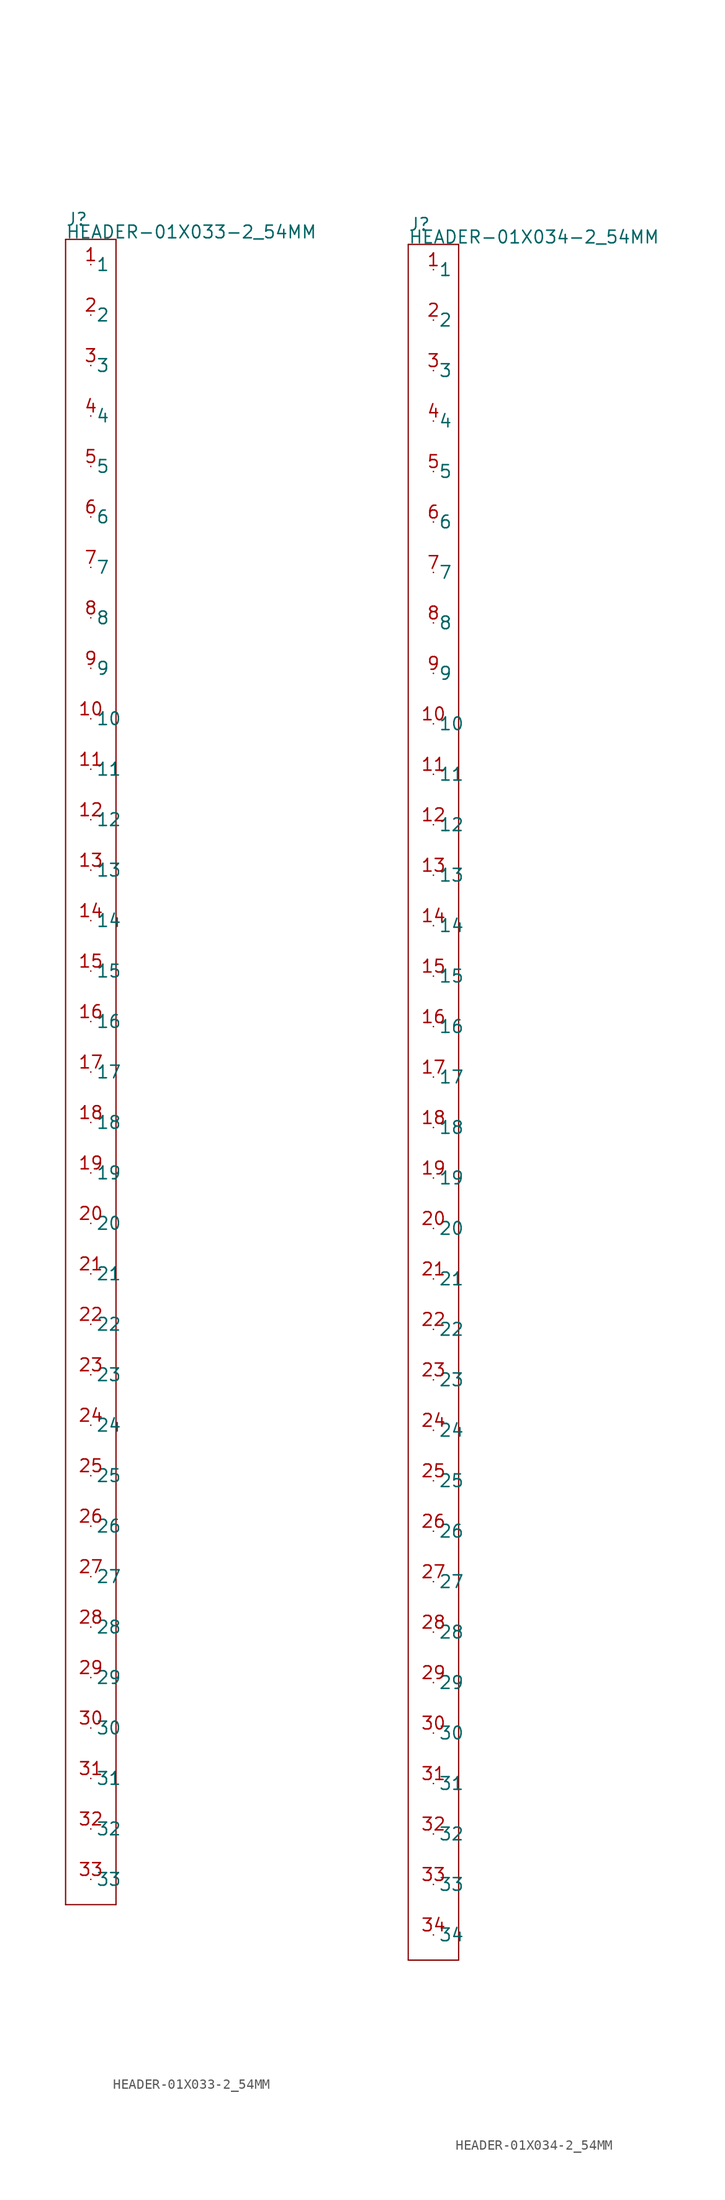
<source format=kicad_sym>
(kicad_symbol_lib
  (version 20211014)
  (generator kicad_symbol_editor)
  (symbol "HEADER-01X033-2_54MM"
    (pin_names)
    (property "Reference" "J"
      (at -2.54 85.09 0)
      (effects (font (size 1.27 1.27)) (justify left bottom)))
    (property "Value" "HEADER-01X033-2_54MM"
      (at -2.54 83.82 0)
      (effects (font (size 1.27 1.27)) (justify left bottom)))
    (property "Datasheet" ""
      (at 0 0 0))
    (property "ki_description" "Header 1x33  - Header Vertical 33POS 2.54MM Technical Specifications: Pitch: 0.1\" (2.54mm) "
      (at 0 0 0))
    (property "ki_fp_filters" "FlashPCB_Connectors:HEADER-THT-01X033-2_54MM FlashPCB_Connectors:HEADER-THT-LONG-01X033-2_54MM FlashPCB_Connectors:HEADER-THT-NOSILK-01X033-2_54MM FlashPCB_Connectors:HEADER-THT-LONG-NOSILK-01X033-2_54MM"
      (at 0 0 0))
    (symbol "HEADER-01X033-2_54MM_1_1"
      (polyline (pts (xy -2.54 83.82) (xy 2.54 83.82)) (stroke (width 0.127)) (fill (type none)))
      (polyline (pts (xy 2.54 83.82) (xy 2.54 -83.82)) (stroke (width 0.127)) (fill (type none)))
      (polyline (pts (xy 2.54 -83.82) (xy -2.54 -83.82)) (stroke (width 0.127)) (fill (type none)))
      (polyline (pts (xy -2.54 -83.82) (xy -2.54 83.82)) (stroke (width 0.127)) (fill (type none)))
      (pin bidirectional line (at 0 81.28 0) (length 0) (name "1" (effects (font (size 1.27 1.27)))) (number "1" (effects (font (size 1.27 1.27)))))
      (pin bidirectional line (at 0 76.2 0) (length 0) (name "2" (effects (font (size 1.27 1.27)))) (number "2" (effects (font (size 1.27 1.27)))))
      (pin bidirectional line (at 0 71.12 0) (length 0) (name "3" (effects (font (size 1.27 1.27)))) (number "3" (effects (font (size 1.27 1.27)))))
      (pin bidirectional line (at 0 66.04 0) (length 0) (name "4" (effects (font (size 1.27 1.27)))) (number "4" (effects (font (size 1.27 1.27)))))
      (pin bidirectional line (at 0 60.96 0) (length 0) (name "5" (effects (font (size 1.27 1.27)))) (number "5" (effects (font (size 1.27 1.27)))))
      (pin bidirectional line (at 0 55.88 0) (length 0) (name "6" (effects (font (size 1.27 1.27)))) (number "6" (effects (font (size 1.27 1.27)))))
      (pin bidirectional line (at 0 50.8 0) (length 0) (name "7" (effects (font (size 1.27 1.27)))) (number "7" (effects (font (size 1.27 1.27)))))
      (pin bidirectional line (at 0 45.72 0) (length 0) (name "8" (effects (font (size 1.27 1.27)))) (number "8" (effects (font (size 1.27 1.27)))))
      (pin bidirectional line (at 0 40.64 0) (length 0) (name "9" (effects (font (size 1.27 1.27)))) (number "9" (effects (font (size 1.27 1.27)))))
      (pin bidirectional line (at 0 35.56 0) (length 0) (name "10" (effects (font (size 1.27 1.27)))) (number "10" (effects (font (size 1.27 1.27)))))
      (pin bidirectional line (at 0 30.48 0) (length 0) (name "11" (effects (font (size 1.27 1.27)))) (number "11" (effects (font (size 1.27 1.27)))))
      (pin bidirectional line (at 0 25.4 0) (length 0) (name "12" (effects (font (size 1.27 1.27)))) (number "12" (effects (font (size 1.27 1.27)))))
      (pin bidirectional line (at 0 20.32 0) (length 0) (name "13" (effects (font (size 1.27 1.27)))) (number "13" (effects (font (size 1.27 1.27)))))
      (pin bidirectional line (at 0 15.24 0) (length 0) (name "14" (effects (font (size 1.27 1.27)))) (number "14" (effects (font (size 1.27 1.27)))))
      (pin bidirectional line (at 0 10.16 0) (length 0) (name "15" (effects (font (size 1.27 1.27)))) (number "15" (effects (font (size 1.27 1.27)))))
      (pin bidirectional line (at 0 5.08 0) (length 0) (name "16" (effects (font (size 1.27 1.27)))) (number "16" (effects (font (size 1.27 1.27)))))
      (pin bidirectional line (at 0 0 0) (length 0) (name "17" (effects (font (size 1.27 1.27)))) (number "17" (effects (font (size 1.27 1.27)))))
      (pin bidirectional line (at 0 -5.08 0) (length 0) (name "18" (effects (font (size 1.27 1.27)))) (number "18" (effects (font (size 1.27 1.27)))))
      (pin bidirectional line (at 0 -10.16 0) (length 0) (name "19" (effects (font (size 1.27 1.27)))) (number "19" (effects (font (size 1.27 1.27)))))
      (pin bidirectional line (at 0 -15.24 0) (length 0) (name "20" (effects (font (size 1.27 1.27)))) (number "20" (effects (font (size 1.27 1.27)))))
      (pin bidirectional line (at 0 -20.32 0) (length 0) (name "21" (effects (font (size 1.27 1.27)))) (number "21" (effects (font (size 1.27 1.27)))))
      (pin bidirectional line (at 0 -25.4 0) (length 0) (name "22" (effects (font (size 1.27 1.27)))) (number "22" (effects (font (size 1.27 1.27)))))
      (pin bidirectional line (at 0 -30.48 0) (length 0) (name "23" (effects (font (size 1.27 1.27)))) (number "23" (effects (font (size 1.27 1.27)))))
      (pin bidirectional line (at 0 -35.56 0) (length 0) (name "24" (effects (font (size 1.27 1.27)))) (number "24" (effects (font (size 1.27 1.27)))))
      (pin bidirectional line (at 0 -40.64 0) (length 0) (name "25" (effects (font (size 1.27 1.27)))) (number "25" (effects (font (size 1.27 1.27)))))
      (pin bidirectional line (at 0 -45.72 0) (length 0) (name "26" (effects (font (size 1.27 1.27)))) (number "26" (effects (font (size 1.27 1.27)))))
      (pin bidirectional line (at 0 -50.8 0) (length 0) (name "27" (effects (font (size 1.27 1.27)))) (number "27" (effects (font (size 1.27 1.27)))))
      (pin bidirectional line (at 0 -55.88 0) (length 0) (name "28" (effects (font (size 1.27 1.27)))) (number "28" (effects (font (size 1.27 1.27)))))
      (pin bidirectional line (at 0 -60.96 0) (length 0) (name "29" (effects (font (size 1.27 1.27)))) (number "29" (effects (font (size 1.27 1.27)))))
      (pin bidirectional line (at 0 -66.04 0) (length 0) (name "30" (effects (font (size 1.27 1.27)))) (number "30" (effects (font (size 1.27 1.27)))))
      (pin bidirectional line (at 0 -71.12 0) (length 0) (name "31" (effects (font (size 1.27 1.27)))) (number "31" (effects (font (size 1.27 1.27)))))
      (pin bidirectional line (at 0 -76.2 0) (length 0) (name "32" (effects (font (size 1.27 1.27)))) (number "32" (effects (font (size 1.27 1.27)))))
      (pin bidirectional line (at 0 -81.28 0) (length 0) (name "33" (effects (font (size 1.27 1.27)))) (number "33" (effects (font (size 1.27 1.27)))))))
  (symbol "HEADER-01X034-2_54MM"
    (pin_names)
    (property "Reference" "J"
      (at -2.54 87.63 0)
      (effects (font (size 1.27 1.27)) (justify left bottom)))
    (property "Value" "HEADER-01X034-2_54MM"
      (at -2.54 86.36 0)
      (effects (font (size 1.27 1.27)) (justify left bottom)))
    (property "Datasheet" ""
      (at 0 0 0))
    (property "ki_description" "Header 1x34  - Header Vertical 34POS 2.54MM Technical Specifications: Pitch: 0.1\" (2.54mm) "
      (at 0 0 0))
    (property "ki_fp_filters" "FlashPCB_Connectors:HEADER-THT-01X034-2_54MM FlashPCB_Connectors:HEADER-THT-LONG-01X034-2_54MM FlashPCB_Connectors:HEADER-THT-NOSILK-01X034-2_54MM FlashPCB_Connectors:HEADER-THT-LONG-NOSILK-01X034-2_54MM"
      (at 0 0 0))
    (symbol "HEADER-01X034-2_54MM_1_1"
      (polyline (pts (xy -2.54 86.36) (xy 2.54 86.36)) (stroke (width 0.127)) (fill (type none)))
      (polyline (pts (xy 2.54 86.36) (xy 2.54 -86.36)) (stroke (width 0.127)) (fill (type none)))
      (polyline (pts (xy 2.54 -86.36) (xy -2.54 -86.36)) (stroke (width 0.127)) (fill (type none)))
      (polyline (pts (xy -2.54 -86.36) (xy -2.54 86.36)) (stroke (width 0.127)) (fill (type none)))
      (pin bidirectional line (at 0 83.82 0) (length 0) (name "1" (effects (font (size 1.27 1.27)))) (number "1" (effects (font (size 1.27 1.27)))))
      (pin bidirectional line (at 0 78.74 0) (length 0) (name "2" (effects (font (size 1.27 1.27)))) (number "2" (effects (font (size 1.27 1.27)))))
      (pin bidirectional line (at 0 73.66 0) (length 0) (name "3" (effects (font (size 1.27 1.27)))) (number "3" (effects (font (size 1.27 1.27)))))
      (pin bidirectional line (at 0 68.58 0) (length 0) (name "4" (effects (font (size 1.27 1.27)))) (number "4" (effects (font (size 1.27 1.27)))))
      (pin bidirectional line (at 0 63.5 0) (length 0) (name "5" (effects (font (size 1.27 1.27)))) (number "5" (effects (font (size 1.27 1.27)))))
      (pin bidirectional line (at 0 58.42 0) (length 0) (name "6" (effects (font (size 1.27 1.27)))) (number "6" (effects (font (size 1.27 1.27)))))
      (pin bidirectional line (at 0 53.34 0) (length 0) (name "7" (effects (font (size 1.27 1.27)))) (number "7" (effects (font (size 1.27 1.27)))))
      (pin bidirectional line (at 0 48.26 0) (length 0) (name "8" (effects (font (size 1.27 1.27)))) (number "8" (effects (font (size 1.27 1.27)))))
      (pin bidirectional line (at 0 43.18 0) (length 0) (name "9" (effects (font (size 1.27 1.27)))) (number "9" (effects (font (size 1.27 1.27)))))
      (pin bidirectional line (at 0 38.1 0) (length 0) (name "10" (effects (font (size 1.27 1.27)))) (number "10" (effects (font (size 1.27 1.27)))))
      (pin bidirectional line (at 0 33.02 0) (length 0) (name "11" (effects (font (size 1.27 1.27)))) (number "11" (effects (font (size 1.27 1.27)))))
      (pin bidirectional line (at 0 27.94 0) (length 0) (name "12" (effects (font (size 1.27 1.27)))) (number "12" (effects (font (size 1.27 1.27)))))
      (pin bidirectional line (at 0 22.86 0) (length 0) (name "13" (effects (font (size 1.27 1.27)))) (number "13" (effects (font (size 1.27 1.27)))))
      (pin bidirectional line (at 0 17.78 0) (length 0) (name "14" (effects (font (size 1.27 1.27)))) (number "14" (effects (font (size 1.27 1.27)))))
      (pin bidirectional line (at 0 12.7 0) (length 0) (name "15" (effects (font (size 1.27 1.27)))) (number "15" (effects (font (size 1.27 1.27)))))
      (pin bidirectional line (at 0 7.62 0) (length 0) (name "16" (effects (font (size 1.27 1.27)))) (number "16" (effects (font (size 1.27 1.27)))))
      (pin bidirectional line (at 0 2.54 0) (length 0) (name "17" (effects (font (size 1.27 1.27)))) (number "17" (effects (font (size 1.27 1.27)))))
      (pin bidirectional line (at 0 -2.54 0) (length 0) (name "18" (effects (font (size 1.27 1.27)))) (number "18" (effects (font (size 1.27 1.27)))))
      (pin bidirectional line (at 0 -7.62 0) (length 0) (name "19" (effects (font (size 1.27 1.27)))) (number "19" (effects (font (size 1.27 1.27)))))
      (pin bidirectional line (at 0 -12.7 0) (length 0) (name "20" (effects (font (size 1.27 1.27)))) (number "20" (effects (font (size 1.27 1.27)))))
      (pin bidirectional line (at 0 -17.78 0) (length 0) (name "21" (effects (font (size 1.27 1.27)))) (number "21" (effects (font (size 1.27 1.27)))))
      (pin bidirectional line (at 0 -22.86 0) (length 0) (name "22" (effects (font (size 1.27 1.27)))) (number "22" (effects (font (size 1.27 1.27)))))
      (pin bidirectional line (at 0 -27.94 0) (length 0) (name "23" (effects (font (size 1.27 1.27)))) (number "23" (effects (font (size 1.27 1.27)))))
      (pin bidirectional line (at 0 -33.02 0) (length 0) (name "24" (effects (font (size 1.27 1.27)))) (number "24" (effects (font (size 1.27 1.27)))))
      (pin bidirectional line (at 0 -38.1 0) (length 0) (name "25" (effects (font (size 1.27 1.27)))) (number "25" (effects (font (size 1.27 1.27)))))
      (pin bidirectional line (at 0 -43.18 0) (length 0) (name "26" (effects (font (size 1.27 1.27)))) (number "26" (effects (font (size 1.27 1.27)))))
      (pin bidirectional line (at 0 -48.26 0) (length 0) (name "27" (effects (font (size 1.27 1.27)))) (number "27" (effects (font (size 1.27 1.27)))))
      (pin bidirectional line (at 0 -53.34 0) (length 0) (name "28" (effects (font (size 1.27 1.27)))) (number "28" (effects (font (size 1.27 1.27)))))
      (pin bidirectional line (at 0 -58.42 0) (length 0) (name "29" (effects (font (size 1.27 1.27)))) (number "29" (effects (font (size 1.27 1.27)))))
      (pin bidirectional line (at 0 -63.5 0) (length 0) (name "30" (effects (font (size 1.27 1.27)))) (number "30" (effects (font (size 1.27 1.27)))))
      (pin bidirectional line (at 0 -68.58 0) (length 0) (name "31" (effects (font (size 1.27 1.27)))) (number "31" (effects (font (size 1.27 1.27)))))
      (pin bidirectional line (at 0 -73.66 0) (length 0) (name "32" (effects (font (size 1.27 1.27)))) (number "32" (effects (font (size 1.27 1.27)))))
      (pin bidirectional line (at 0 -78.74 0) (length 0) (name "33" (effects (font (size 1.27 1.27)))) (number "33" (effects (font (size 1.27 1.27)))))
      (pin bidirectional line (at 0 -83.82 0) (length 0) (name "34" (effects (font (size 1.27 1.27)))) (number "34" (effects (font (size 1.27 1.27))))))))
</source>
